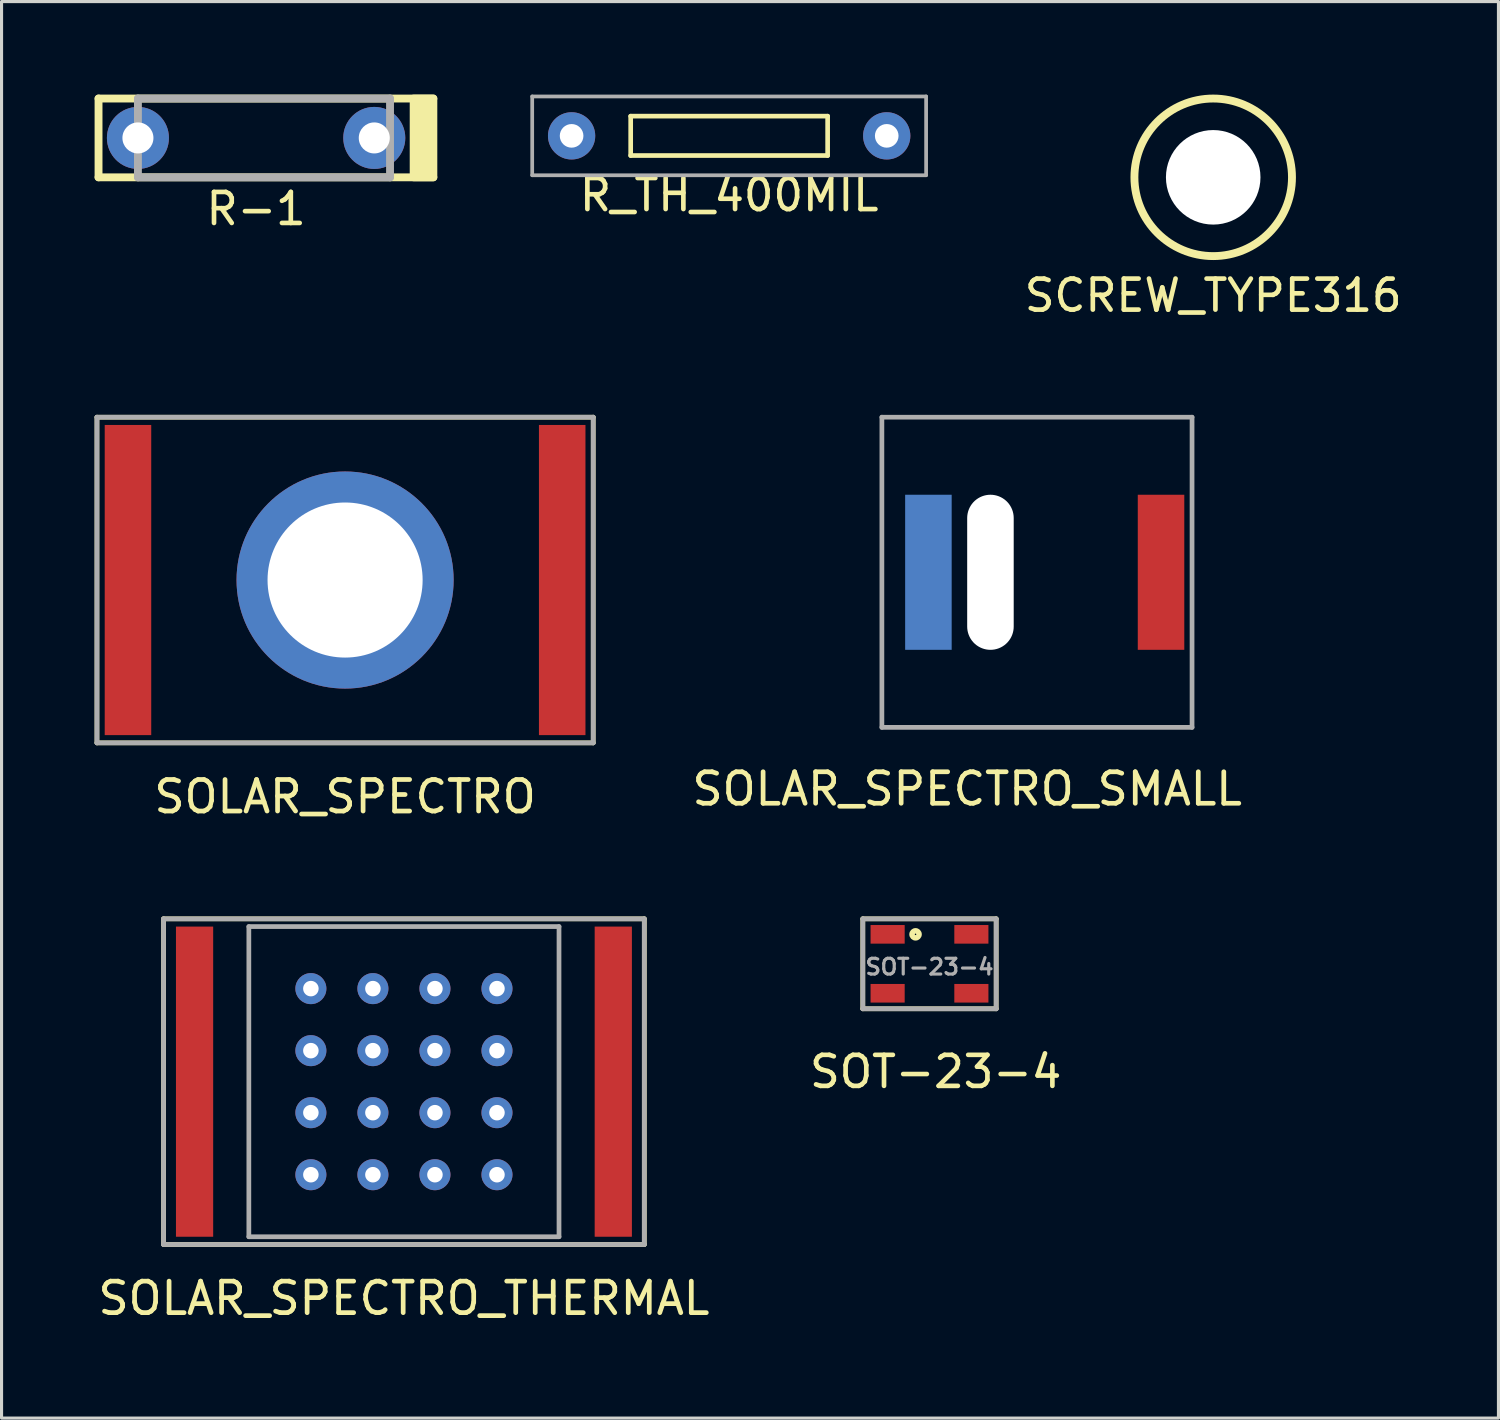
<source format=kicad_pcb>
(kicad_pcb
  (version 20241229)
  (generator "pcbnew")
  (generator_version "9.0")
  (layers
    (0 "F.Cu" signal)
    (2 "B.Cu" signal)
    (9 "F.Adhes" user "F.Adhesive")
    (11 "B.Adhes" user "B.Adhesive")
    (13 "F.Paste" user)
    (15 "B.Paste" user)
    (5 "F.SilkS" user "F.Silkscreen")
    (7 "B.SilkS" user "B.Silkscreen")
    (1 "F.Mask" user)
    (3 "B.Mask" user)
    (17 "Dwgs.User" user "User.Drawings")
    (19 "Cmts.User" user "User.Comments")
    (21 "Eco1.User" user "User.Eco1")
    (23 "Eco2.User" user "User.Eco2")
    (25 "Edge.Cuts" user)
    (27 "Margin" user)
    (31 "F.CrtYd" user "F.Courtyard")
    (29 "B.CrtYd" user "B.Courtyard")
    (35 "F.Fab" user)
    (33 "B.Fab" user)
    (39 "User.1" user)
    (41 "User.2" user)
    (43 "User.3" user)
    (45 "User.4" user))
  (footprint "SCREW_TYPE316"
    (layer "F.Cu")
    (at 36.065 2.667)
    (property "Reference" "SCREW_TYPE316" (at 0 3.81 0) (layer "F.SilkS") (effects (font (size 1 1) (thickness 0.15))))
    (attr through_hole)
    (fp_circle (center 0 0) (end 2.54 0) (stroke (width 0.254) (type solid)) (fill no) (layer "F.SilkS"))
    (pad "" np_thru_hole circle (at 0 0) (size 3.048 3.048) (drill 3.048) (layers "*.Cu" "*.Mask")))
  (footprint "R-1"
    (layer "F.Cu")
    (at 5.207 1.397)
    (property "Reference" "R-1" (at 0 2.286 0) (layer "F.SilkS") (effects (font (size 1 1) (thickness 0.15))))
    (attr through_hole)
    (fp_line (start -5.08 -1.27) (end 5.715 -1.27) (stroke (width 0.254) (type solid)) (layer "F.SilkS"))
    (fp_line (start -5.08 1.27) (end -5.08 -1.27) (stroke (width 0.254) (type solid)) (layer "F.SilkS"))
    (fp_line (start 5.715 1.27) (end -5.08 1.27) (stroke (width 0.254) (type solid)) (layer "F.SilkS"))
    (fp_poly (pts (xy 5.715 1.27) (xy 5.08 1.27) (xy 5.08 -1.27) (xy 5.715 -1.27)) (stroke (width 0.254) (type solid)) (fill yes) (layer "F.SilkS"))
    (fp_line (start -3.81 -1.27) (end 4.318 -1.27) (stroke (width 0.254) (type solid)) (layer "F.Fab"))
    (fp_line (start -3.81 1.27) (end -3.81 -1.27) (stroke (width 0.254) (type solid)) (layer "F.Fab"))
    (fp_line (start 4.318 -1.27) (end 4.318 1.27) (stroke (width 0.254) (type solid)) (layer "F.Fab"))
    (fp_line (start 4.318 1.27) (end -3.81 1.27) (stroke (width 0.254) (type solid)) (layer "F.Fab"))
    (pad "1" thru_hole circle (at -3.81 0) (size 2 2) (drill 1) (layers "*.Cu" "*.Mask"))
    (pad "2" thru_hole circle (at 3.81 0) (size 2 2) (drill 1) (layers "*.Cu" "*.Mask")))
  (footprint "SOT-23-4"
    (layer "F.Cu")
    (at 25.578 27.074)
    (property "Reference" "SOT-23-4" (at 1.54 4.43 0) (layer "F.SilkS") (effects (font (size 1 1) (thickness 0.15))))
    (attr through_hole)
    (fp_line (start -0.81 -0.5) (end -0.81 2.4) (stroke (width 0.152) (type solid)) (layer "F.SilkS"))
    (fp_line (start -0.81 2.4) (end 3.49 2.4) (stroke (width 0.152) (type solid)) (layer "F.SilkS"))
    (fp_line (start 3.49 -0.5) (end -0.81 -0.5) (stroke (width 0.152) (type solid)) (layer "F.SilkS"))
    (fp_line (start 3.49 2.4) (end 3.49 -0.5) (stroke (width 0.152) (type solid)) (layer "F.SilkS"))
    (fp_circle (center 0.89 0) (end 0.89 0.05) (stroke (width 0.152) (type solid)) (fill no) (layer "F.SilkS"))
    (fp_circle (center 0.89 0) (end 0.89 0.1) (stroke (width 0.152) (type solid)) (fill no) (layer "F.SilkS"))
    (fp_line (start -0.81 -0.5) (end 3.49 -0.5) (stroke (width 0.152) (type solid)) (layer "F.Fab"))
    (fp_line (start -0.81 2.4) (end -0.81 -0.5) (stroke (width 0.152) (type solid)) (layer "F.Fab"))
    (fp_line (start 3.49 -0.5) (end 3.49 2.4) (stroke (width 0.152) (type solid)) (layer "F.Fab"))
    (fp_line (start 3.49 2.4) (end -0.81 2.4) (stroke (width 0.152) (type solid)) (layer "F.Fab"))
    (fp_text user "SOT-23-4" (at 1.34 1.05 0) (layer "F.Fab") (effects (font (size 0.508 0.508) (thickness 0.102))))
    (pad "1" smd rect (at -0.01 0) (size 1.1 0.6) (layers "F.Cu" "F.Mask" "F.Paste"))
    (pad "3" smd rect (at -0.01 1.9) (size 1.1 0.6) (layers "F.Cu" "F.Mask" "F.Paste"))
    (pad "4" smd rect (at 2.69 1.9) (size 1.1 0.6) (layers "F.Cu" "F.Mask" "F.Paste"))
    (pad "5" smd rect (at 2.69 0) (size 1.1 0.6) (layers "F.Cu" "F.Mask" "F.Paste")))
  (footprint "SOLAR_SPECTRO_SMALL"
    (layer "F.Cu")
    (at 28.133 15.401)
    (property "Reference" "SOLAR_SPECTRO_SMALL" (at 0 6.985 0) (layer "F.SilkS") (effects (font (size 1.016 1.016) (thickness 0.152))))
    (attr through_hole)
    (fp_line (start -2.75 -5) (end 7.25 -5) (stroke (width 0.152) (type solid)) (layer "F.Fab"))
    (fp_line (start -2.75 5) (end -2.75 -5) (stroke (width 0.152) (type solid)) (layer "F.Fab"))
    (fp_line (start 7.25 -5) (end 7.25 5) (stroke (width 0.152) (type solid)) (layer "F.Fab"))
    (fp_line (start 7.25 5) (end -2.75 5) (stroke (width 0.152) (type solid)) (layer "F.Fab"))
    (pad "" np_thru_hole oval (at 0.75 0) (size 1.5 5) (drill oval 1.5 5) (layers "*.Cu" "*.Mask"))
    (pad "1" smd rect (at -1.25 0) (size 1.5 5) (layers "B.Cu" "B.Mask" "B.Paste"))
    (pad "2" smd rect (at 6.25 0) (size 1.5 5) (layers "F.Cu" "F.Mask" "F.Paste")))
  (footprint "SOLAR_SPECTRO_THERMAL"
    (layer "F.Cu")
    (at 9.973 31.824)
    (property "Reference" "SOLAR_SPECTRO_THERMAL" (at 0 6.985 0) (layer "F.SilkS") (effects (font (size 1.016 1.016) (thickness 0.152))))
    (attr through_hole)
    (fp_line (start -7.75 -5.25) (end 7.75 -5.25) (stroke (width 0.152) (type solid)) (layer "F.SilkS"))
    (fp_line (start -7.75 5.25) (end -7.75 -5.25) (stroke (width 0.152) (type solid)) (layer "F.SilkS"))
    (fp_line (start 7.75 -5.25) (end 7.75 5.25) (stroke (width 0.152) (type solid)) (layer "F.SilkS"))
    (fp_line (start 7.75 5.25) (end -7.75 5.25) (stroke (width 0.152) (type solid)) (layer "F.SilkS"))
    (fp_line (start -7.75 -5.25) (end -7.75 5.25) (stroke (width 0.152) (type solid)) (layer "F.Fab"))
    (fp_line (start -5 -5) (end 5 -5) (stroke (width 0.152) (type solid)) (layer "F.Fab"))
    (fp_line (start -5 5) (end -5 -5) (stroke (width 0.152) (type solid)) (layer "F.Fab"))
    (fp_line (start 5 -5) (end 5 5) (stroke (width 0.152) (type solid)) (layer "F.Fab"))
    (fp_line (start 5 5) (end -5 5) (stroke (width 0.152) (type solid)) (layer "F.Fab"))
    (fp_line (start 7.75 -5.25) (end -7.75 -5.25) (stroke (width 0.152) (type solid)) (layer "F.Fab"))
    (fp_line (start 7.75 -5.25) (end 7.75 5.25) (stroke (width 0.152) (type solid)) (layer "F.Fab"))
    (fp_line (start 7.75 5.25) (end -7.75 5.25) (stroke (width 0.152) (type solid)) (layer "F.Fab"))
    (pad "1" thru_hole circle (at -3 -3) (size 1 1) (drill 0.5) (layers "*.Cu" "*.Mask"))
    (pad "1" thru_hole circle (at -3 -1) (size 1 1) (drill 0.5) (layers "*.Cu" "*.Mask"))
    (pad "1" thru_hole circle (at -3 1) (size 1 1) (drill 0.5) (layers "*.Cu" "*.Mask"))
    (pad "1" thru_hole circle (at -3 3) (size 1 1) (drill 0.5) (layers "*.Cu" "*.Mask"))
    (pad "1" thru_hole circle (at -1 -3) (size 1 1) (drill 0.5) (layers "*.Cu" "*.Mask"))
    (pad "1" thru_hole circle (at -1 -1) (size 1 1) (drill 0.5) (layers "*.Cu" "*.Mask"))
    (pad "1" thru_hole circle (at -1 1) (size 1 1) (drill 0.5) (layers "*.Cu" "*.Mask"))
    (pad "1" thru_hole circle (at -1 3) (size 1 1) (drill 0.5) (layers "*.Cu" "*.Mask"))
    (pad "1" thru_hole circle (at 1 -3) (size 1 1) (drill 0.5) (layers "*.Cu" "*.Mask"))
    (pad "1" thru_hole circle (at 1 -1) (size 1 1) (drill 0.5) (layers "*.Cu" "*.Mask"))
    (pad "1" thru_hole circle (at 1 1) (size 1 1) (drill 0.5) (layers "*.Cu" "*.Mask"))
    (pad "1" thru_hole circle (at 1 3) (size 1 1) (drill 0.5) (layers "*.Cu" "*.Mask"))
    (pad "1" thru_hole circle (at 3 -3) (size 1 1) (drill 0.5) (layers "*.Cu" "*.Mask"))
    (pad "1" thru_hole circle (at 3 -1) (size 1 1) (drill 0.5) (layers "*.Cu" "*.Mask"))
    (pad "1" thru_hole circle (at 3 1) (size 1 1) (drill 0.5) (layers "*.Cu" "*.Mask"))
    (pad "1" thru_hole circle (at 3 3) (size 1 1) (drill 0.5) (layers "*.Cu" "*.Mask"))
    (pad "2" smd rect (at -6.75 0) (size 1.2 10) (layers "F.Cu" "F.Mask" "F.Paste"))
    (pad "2" smd rect (at 6.75 0) (size 1.2 10) (layers "F.Cu" "F.Mask" "F.Paste")))
  (footprint "SOLAR_SPECTRO"
    (layer "F.Cu")
    (at 8.076 15.651)
    (property "Reference" "SOLAR_SPECTRO" (at 0 6.985 0) (layer "F.SilkS") (effects (font (size 1.016 1.016) (thickness 0.152))))
    (attr through_hole)
    (fp_line (start -8 -5.25) (end 8 -5.25) (stroke (width 0.152) (type solid)) (layer "F.SilkS"))
    (fp_line (start -8 5.25) (end -8 -5.25) (stroke (width 0.15) (type solid)) (layer "F.SilkS"))
    (fp_line (start 8 -5.25) (end 8 5.25) (stroke (width 0.15) (type solid)) (layer "F.SilkS"))
    (fp_line (start 8 5.25) (end -8 5.25) (stroke (width 0.15) (type solid)) (layer "F.SilkS"))
    (fp_line (start -8 -5.25) (end -8 5.25) (stroke (width 0.152) (type solid)) (layer "F.Fab"))
    (fp_line (start 8 -5.25) (end -8 -5.25) (stroke (width 0.152) (type solid)) (layer "F.Fab"))
    (fp_line (start 8 -5.25) (end 8 5.25) (stroke (width 0.152) (type solid)) (layer "F.Fab"))
    (fp_line (start 8 5.25) (end -8 5.25) (stroke (width 0.152) (type solid)) (layer "F.Fab"))
    (pad "1" thru_hole circle (at 0 0) (size 7 7) (drill 5) (layers "*.Mask" "B.Cu"))
    (pad "2" smd rect (at -7 0) (size 1.5 10) (layers "F.Cu" "F.Mask" "F.Paste"))
    (pad "2" smd rect (at 7 0) (size 1.5 10) (layers "F.Cu" "F.Mask" "F.Paste")))
  (footprint "R_TH_400MIL"
    (layer "F.Cu")
    (at 20.459 1.33)
    (property "Reference" "R_TH_400MIL" (at 0 1.905 0) (layer "F.SilkS") (effects (font (size 1 1) (thickness 0.15))))
    (attr through_hole)
    (fp_line (start -3.175 -0.635) (end -3.175 0.635) (stroke (width 0.15) (type solid)) (layer "F.SilkS"))
    (fp_line (start -3.175 0.635) (end 3.175 0.635) (stroke (width 0.15) (type solid)) (layer "F.SilkS"))
    (fp_line (start 3.175 -0.635) (end -3.175 -0.635) (stroke (width 0.15) (type solid)) (layer "F.SilkS"))
    (fp_line (start 3.175 0.635) (end 3.175 -0.635) (stroke (width 0.15) (type solid)) (layer "F.SilkS"))
    (fp_line (start -6.35 -1.27) (end 6.35 -1.27) (stroke (width 0.12) (type solid)) (layer "F.Fab"))
    (fp_line (start -6.35 1.27) (end -6.35 -1.27) (stroke (width 0.12) (type solid)) (layer "F.Fab"))
    (fp_line (start 6.35 -1.27) (end 6.35 1.27) (stroke (width 0.12) (type solid)) (layer "F.Fab"))
    (fp_line (start 6.35 1.27) (end -6.35 1.27) (stroke (width 0.12) (type solid)) (layer "F.Fab"))
    (pad "1" thru_hole circle (at -5.08 0) (size 1.524 1.524) (drill 0.762) (layers "*.Cu" "*.Mask"))
    (pad "2" thru_hole circle (at 5.08 0) (size 1.524 1.524) (drill 0.762) (layers "*.Cu" "*.Mask")))
  (gr_rect
    (start -3 -3)
    (end 45.262 42.671)
    (stroke (width 0.1) (type default))
    (fill no)
    (layer "Edge.Cuts")))
</source>
